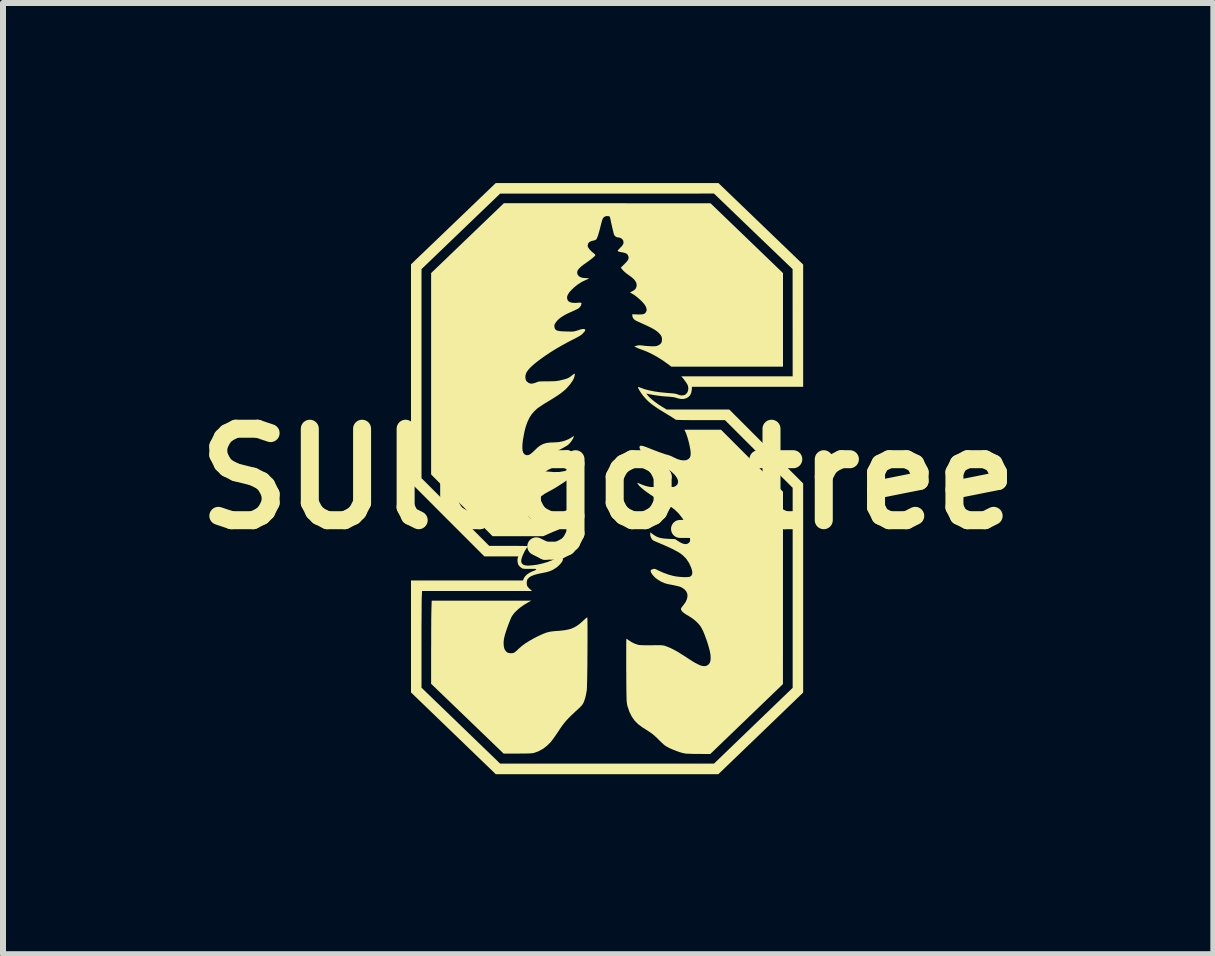
<source format=kicad_pcb>
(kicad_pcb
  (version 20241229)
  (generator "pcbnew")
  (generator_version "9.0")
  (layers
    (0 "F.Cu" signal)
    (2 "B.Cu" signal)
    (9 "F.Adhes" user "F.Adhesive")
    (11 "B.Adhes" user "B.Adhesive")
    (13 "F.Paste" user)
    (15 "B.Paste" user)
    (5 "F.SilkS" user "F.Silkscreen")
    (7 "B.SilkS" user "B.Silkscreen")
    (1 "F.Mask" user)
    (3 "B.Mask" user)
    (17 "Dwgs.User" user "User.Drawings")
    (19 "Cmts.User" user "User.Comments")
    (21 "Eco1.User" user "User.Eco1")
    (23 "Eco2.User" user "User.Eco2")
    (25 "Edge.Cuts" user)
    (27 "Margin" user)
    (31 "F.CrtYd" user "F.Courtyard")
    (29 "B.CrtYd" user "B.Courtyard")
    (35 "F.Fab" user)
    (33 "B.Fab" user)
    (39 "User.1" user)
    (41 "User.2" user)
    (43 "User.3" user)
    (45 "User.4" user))
  (footprint "SUlogo_tree"
    (layer "F.Cu")
    (at 7.083 4.928)
    (property "Reference" "SUlogo_tree" (at 0 0 0) (layer "F.SilkS") (effects (font (size 1.524 1.524) (thickness 0.3))))
    (attr board_only exclude_from_pos_files exclude_from_bom)
    (fp_poly (pts (xy -2.111 2.03) (xy -1.281 2.03) (xy -1.334 2.059) (xy -1.401 2.099) (xy -1.463 2.142) (xy -1.517 2.188) (xy -1.563 2.234) (xy -1.597 2.279) (xy -1.608 2.297) (xy -1.62 2.322) (xy -1.635 2.359) (xy -1.653 2.403) (xy -1.671 2.451) (xy -1.689 2.502) (xy -1.705 2.551) (xy -1.719 2.595) (xy -1.72 2.599) (xy -1.735 2.66) (xy -1.742 2.719) (xy -1.741 2.773) (xy -1.733 2.819) (xy -1.724 2.843) (xy -1.702 2.876) (xy -1.675 2.896) (xy -1.64 2.905) (xy -1.622 2.906) (xy -1.6 2.905) (xy -1.582 2.902) (xy -1.565 2.895) (xy -1.547 2.882) (xy -1.523 2.862) (xy -1.493 2.833) (xy -1.442 2.788) (xy -1.383 2.744) (xy -1.315 2.701) (xy -1.236 2.656) (xy -1.187 2.631) (xy -1.127 2.602) (xy -1.076 2.58) (xy -1.031 2.563) (xy -0.99 2.552) (xy -0.949 2.544) (xy -0.905 2.539) (xy -0.883 2.537) (xy -0.8 2.531) (xy -0.73 2.523) (xy -0.669 2.512) (xy -0.616 2.497) (xy -0.569 2.477) (xy -0.525 2.452) (xy -0.481 2.421) (xy -0.437 2.383) (xy -0.431 2.378) (xy -0.404 2.352) (xy -0.379 2.331) (xy -0.361 2.316) (xy -0.35 2.308) (xy -0.349 2.307) (xy -0.347 2.314) (xy -0.346 2.335) (xy -0.345 2.367) (xy -0.345 2.41) (xy -0.344 2.462) (xy -0.344 2.523) (xy -0.344 2.59) (xy -0.344 2.663) (xy -0.344 2.74) (xy -0.345 2.82) (xy -0.345 2.901) (xy -0.346 2.983) (xy -0.346 3.064) (xy -0.347 3.142) (xy -0.348 3.217) (xy -0.349 3.286) (xy -0.35 3.35) (xy -0.352 3.406) (xy -0.353 3.453) (xy -0.354 3.49) (xy -0.356 3.515) (xy -0.357 3.526) (xy -0.37 3.6) (xy -0.385 3.66) (xy -0.402 3.71) (xy -0.41 3.728) (xy -0.419 3.746) (xy -0.43 3.762) (xy -0.444 3.78) (xy -0.464 3.801) (xy -0.491 3.827) (xy -0.526 3.86) (xy -0.537 3.869) (xy -0.59 3.919) (xy -0.635 3.962) (xy -0.673 4.001) (xy -0.707 4.038) (xy -0.738 4.076) (xy -0.769 4.117) (xy -0.802 4.165) (xy -0.828 4.205) (xy -0.857 4.248) (xy -0.886 4.29) (xy -0.913 4.328) (xy -0.936 4.359) (xy -0.954 4.382) (xy -0.957 4.386) (xy -1.021 4.449) (xy -1.09 4.501) (xy -1.164 4.541) (xy -1.237 4.567) (xy -1.253 4.57) (xy -1.273 4.572) (xy -1.299 4.574) (xy -1.332 4.576) (xy -1.375 4.577) (xy -1.429 4.577) (xy -1.495 4.578) (xy -1.511 4.578) (xy -1.742 4.578) (xy -2.346 3.996) (xy -2.95 3.415) (xy -2.95 2.859) (xy -2.949 2.766) (xy -2.949 2.674) (xy -2.949 2.585) (xy -2.949 2.5) (xy -2.948 2.421) (xy -2.948 2.349) (xy -2.947 2.286) (xy -2.946 2.233) (xy -2.945 2.191) (xy -2.945 2.167) (xy -2.94 2.03)) (stroke (width 0) (type solid)) (fill yes) (layer "F.SilkS"))
    (fp_poly (pts (xy 2.543 -4.249) (xy 3.249 -3.57) (xy 3.249 -1.533) (xy 1.396 -1.533) (xy 1.393 -1.483) (xy 1.384 -1.434) (xy 1.365 -1.393) (xy 1.335 -1.362) (xy 1.297 -1.341) (xy 1.252 -1.33) (xy 1.201 -1.332) (xy 1.146 -1.345) (xy 1.145 -1.346) (xy 1.107 -1.357) (xy 1.066 -1.364) (xy 1.016 -1.368) (xy 1.011 -1.369) (xy 0.946 -1.373) (xy 0.877 -1.38) (xy 0.808 -1.389) (xy 0.745 -1.399) (xy 0.696 -1.408) (xy 0.636 -1.421) (xy 0.649 -1.402) (xy 0.679 -1.368) (xy 0.72 -1.329) (xy 0.771 -1.288) (xy 0.83 -1.245) (xy 0.896 -1.202) (xy 0.902 -1.198) (xy 0.976 -1.154) (xy 2.019 -1.154) (xy 2.634 -0.538) (xy 3.249 0.077) (xy 3.249 3.561) (xy 2.543 4.241) (xy 1.836 4.921) (xy -0.018 4.921) (xy -1.873 4.921) (xy -2.579 4.24) (xy -3.285 3.559) (xy -3.285 3.48) (xy -3.11 3.48) (xy -1.8 4.745) (xy -0.018 4.745) (xy 1.763 4.745) (xy 3.074 3.482) (xy 3.074 0.15) (xy 2.51 -0.414) (xy 1.946 -0.978) (xy 1.536 -0.978) (xy 1.447 -0.978) (xy 1.372 -0.978) (xy 1.309 -0.979) (xy 1.257 -0.979) (xy 1.216 -0.98) (xy 1.183 -0.981) (xy 1.159 -0.982) (xy 1.141 -0.983) (xy 1.129 -0.985) (xy 1.121 -0.987) (xy 1.117 -0.989) (xy 1.117 -0.989) (xy 1.108 -0.997) (xy 1.088 -1.01) (xy 1.061 -1.028) (xy 1.027 -1.049) (xy 0.99 -1.071) (xy 0.915 -1.117) (xy 0.85 -1.157) (xy 0.796 -1.193) (xy 0.749 -1.226) (xy 0.709 -1.256) (xy 0.674 -1.286) (xy 0.642 -1.317) (xy 0.612 -1.35) (xy 0.582 -1.385) (xy 0.576 -1.393) (xy 0.554 -1.422) (xy 0.534 -1.452) (xy 0.516 -1.481) (xy 0.504 -1.505) (xy 0.497 -1.522) (xy 0.498 -1.53) (xy 0.506 -1.529) (xy 0.523 -1.524) (xy 0.537 -1.519) (xy 0.601 -1.495) (xy 0.678 -1.475) (xy 0.764 -1.457) (xy 0.859 -1.443) (xy 0.96 -1.433) (xy 0.982 -1.431) (xy 1.034 -1.427) (xy 1.074 -1.424) (xy 1.105 -1.42) (xy 1.13 -1.415) (xy 1.151 -1.409) (xy 1.172 -1.401) (xy 1.179 -1.398) (xy 1.213 -1.39) (xy 1.25 -1.391) (xy 1.282 -1.401) (xy 1.291 -1.407) (xy 1.316 -1.433) (xy 1.331 -1.468) (xy 1.336 -1.507) (xy 1.33 -1.546) (xy 1.326 -1.559) (xy 1.315 -1.58) (xy 1.297 -1.608) (xy 1.275 -1.638) (xy 1.253 -1.668) (xy 1.235 -1.688) (xy 1.217 -1.708) (xy 3.074 -1.708) (xy 3.073 -3.494) (xy 2.418 -4.123) (xy 1.763 -4.753) (xy -0.018 -4.752) (xy -1.8 -4.752) (xy -2.455 -4.123) (xy -3.11 -3.494) (xy -3.11 -0.011) (xy -2.546 0.553) (xy -1.982 1.117) (xy -1.659 1.117) (xy -1.592 1.117) (xy -1.53 1.117) (xy -1.473 1.118) (xy -1.425 1.118) (xy -1.385 1.119) (xy -1.357 1.12) (xy -1.34 1.121) (xy -1.336 1.121) (xy -1.34 1.129) (xy -1.351 1.143) (xy -1.358 1.152) (xy -1.374 1.177) (xy -1.393 1.21) (xy -1.412 1.249) (xy -1.429 1.288) (xy -1.441 1.323) (xy -1.446 1.341) (xy -1.449 1.378) (xy -1.44 1.407) (xy -1.419 1.428) (xy -1.385 1.441) (xy -1.341 1.446) (xy -1.338 1.446) (xy -1.262 1.441) (xy -1.18 1.43) (xy -1.096 1.411) (xy -1.014 1.387) (xy -0.94 1.359) (xy -0.892 1.336) (xy -0.849 1.316) (xy -0.813 1.307) (xy -0.785 1.31) (xy -0.766 1.32) (xy -0.754 1.335) (xy -0.754 1.352) (xy -0.755 1.352) (xy -0.764 1.374) (xy -0.783 1.401) (xy -0.807 1.429) (xy -0.835 1.456) (xy -0.856 1.474) (xy -0.896 1.501) (xy -0.935 1.523) (xy -0.977 1.54) (xy -1.025 1.554) (xy -1.083 1.567) (xy -1.102 1.57) (xy -1.175 1.585) (xy -1.235 1.602) (xy -1.282 1.621) (xy -1.316 1.643) (xy -1.34 1.668) (xy -1.347 1.679) (xy -1.355 1.707) (xy -1.357 1.74) (xy -1.353 1.773) (xy -1.347 1.788) (xy -1.336 1.804) (xy -1.318 1.825) (xy -1.302 1.839) (xy -1.268 1.869) (xy -3.101 1.869) (xy -3.105 1.958) (xy -3.106 1.978) (xy -3.107 2.011) (xy -3.107 2.057) (xy -3.108 2.114) (xy -3.108 2.181) (xy -3.109 2.256) (xy -3.109 2.34) (xy -3.11 2.43) (xy -3.11 2.525) (xy -3.11 2.624) (xy -3.11 2.727) (xy -3.11 2.763) (xy -3.11 3.48) (xy -3.285 3.48) (xy -3.285 2.627) (xy -3.285 1.694) (xy -1.42 1.694) (xy -1.407 1.661) (xy -1.385 1.625) (xy -1.35 1.591) (xy -1.305 1.562) (xy -1.253 1.538) (xy -1.24 1.534) (xy -1.219 1.525) (xy -1.203 1.514) (xy -1.202 1.512) (xy -1.198 1.508) (xy -1.199 1.504) (xy -1.205 1.502) (xy -1.219 1.5) (xy -1.243 1.5) (xy -1.279 1.5) (xy -1.306 1.5) (xy -1.349 1.5) (xy -1.381 1.5) (xy -1.403 1.498) (xy -1.419 1.496) (xy -1.431 1.492) (xy -1.442 1.486) (xy -1.451 1.48) (xy -1.473 1.462) (xy -1.492 1.439) (xy -1.497 1.431) (xy -1.507 1.4) (xy -1.511 1.362) (xy -1.509 1.327) (xy -1.504 1.311) (xy -1.497 1.292) (xy -2.063 1.292) (xy -2.674 0.681) (xy -3.285 0.069) (xy -3.285 -1.752) (xy -3.285 -3.574) (xy -1.873 -4.928) (xy 1.837 -4.928)) (stroke (width 0) (type solid)) (fill yes) (layer "F.SilkS"))
    (fp_poly (pts (xy 2.397 -0.301) (xy 2.913 0.215) (xy 2.912 3.42) (xy 2.306 4.003) (xy 1.701 4.585) (xy 1.513 4.584) (xy 1.459 4.584) (xy 1.408 4.583) (xy 1.362 4.581) (xy 1.324 4.58) (xy 1.296 4.578) (xy 1.283 4.577) (xy 1.242 4.568) (xy 1.192 4.554) (xy 1.137 4.535) (xy 1.082 4.513) (xy 1.029 4.49) (xy 1.012 4.481) (xy 0.984 4.466) (xy 0.96 4.453) (xy 0.939 4.438) (xy 0.917 4.419) (xy 0.891 4.395) (xy 0.859 4.364) (xy 0.847 4.352) (xy 0.811 4.316) (xy 0.779 4.286) (xy 0.747 4.259) (xy 0.713 4.233) (xy 0.674 4.207) (xy 0.628 4.177) (xy 0.574 4.143) (xy 0.504 4.092) (xy 0.443 4.032) (xy 0.393 3.961) (xy 0.353 3.88) (xy 0.322 3.789) (xy 0.316 3.764) (xy 0.314 3.752) (xy 0.312 3.739) (xy 0.31 3.722) (xy 0.308 3.701) (xy 0.307 3.674) (xy 0.306 3.641) (xy 0.305 3.601) (xy 0.304 3.552) (xy 0.303 3.493) (xy 0.303 3.424) (xy 0.302 3.342) (xy 0.302 3.248) (xy 0.301 3.189) (xy 0.301 3.103) (xy 0.301 3.021) (xy 0.301 2.945) (xy 0.301 2.876) (xy 0.301 2.814) (xy 0.301 2.762) (xy 0.302 2.719) (xy 0.302 2.688) (xy 0.303 2.67) (xy 0.303 2.665) (xy 0.312 2.669) (xy 0.327 2.679) (xy 0.343 2.69) (xy 0.392 2.722) (xy 0.444 2.747) (xy 0.495 2.764) (xy 0.506 2.767) (xy 0.532 2.77) (xy 0.573 2.772) (xy 0.628 2.773) (xy 0.698 2.773) (xy 0.728 2.773) (xy 0.785 2.772) (xy 0.829 2.772) (xy 0.862 2.772) (xy 0.888 2.773) (xy 0.908 2.775) (xy 0.925 2.778) (xy 0.94 2.781) (xy 0.956 2.787) (xy 0.96 2.788) (xy 1.002 2.804) (xy 1.045 2.822) (xy 1.09 2.845) (xy 1.14 2.872) (xy 1.196 2.906) (xy 1.26 2.946) (xy 1.332 2.993) (xy 1.398 3.036) (xy 1.454 3.069) (xy 1.501 3.093) (xy 1.541 3.11) (xy 1.575 3.119) (xy 1.605 3.121) (xy 1.631 3.117) (xy 1.644 3.112) (xy 1.672 3.094) (xy 1.692 3.067) (xy 1.704 3.032) (xy 1.708 2.987) (xy 1.705 2.932) (xy 1.693 2.867) (xy 1.673 2.792) (xy 1.646 2.705) (xy 1.611 2.609) (xy 1.587 2.548) (xy 1.563 2.499) (xy 1.539 2.458) (xy 1.511 2.422) (xy 1.479 2.389) (xy 1.474 2.384) (xy 1.44 2.354) (xy 1.405 2.327) (xy 1.366 2.301) (xy 1.319 2.272) (xy 1.303 2.263) (xy 1.262 2.236) (xy 1.232 2.209) (xy 1.216 2.183) (xy 1.212 2.167) (xy 1.217 2.154) (xy 1.229 2.135) (xy 1.245 2.115) (xy 1.284 2.063) (xy 1.309 2.014) (xy 1.321 1.966) (xy 1.32 1.922) (xy 1.305 1.882) (xy 1.277 1.846) (xy 1.236 1.817) (xy 1.212 1.804) (xy 1.197 1.798) (xy 1.179 1.793) (xy 1.156 1.787) (xy 1.127 1.78) (xy 1.088 1.772) (xy 1.038 1.762) (xy 1.004 1.756) (xy 0.944 1.74) (xy 0.885 1.715) (xy 0.83 1.682) (xy 0.781 1.645) (xy 0.742 1.603) (xy 0.717 1.566) (xy 0.708 1.541) (xy 0.71 1.523) (xy 0.725 1.511) (xy 0.746 1.504) (xy 0.76 1.5) (xy 0.773 1.5) (xy 0.787 1.504) (xy 0.807 1.512) (xy 0.835 1.527) (xy 0.84 1.529) (xy 0.913 1.562) (xy 0.993 1.592) (xy 1.074 1.615) (xy 1.124 1.625) (xy 1.167 1.631) (xy 1.212 1.635) (xy 1.256 1.638) (xy 1.297 1.638) (xy 1.332 1.636) (xy 1.357 1.633) (xy 1.366 1.629) (xy 1.388 1.612) (xy 1.4 1.587) (xy 1.402 1.553) (xy 1.393 1.511) (xy 1.38 1.473) (xy 1.344 1.396) (xy 1.298 1.329) (xy 1.242 1.273) (xy 1.19 1.234) (xy 1.154 1.213) (xy 1.108 1.188) (xy 1.054 1.161) (xy 0.994 1.133) (xy 0.932 1.105) (xy 0.871 1.079) (xy 0.862 1.075) (xy 0.826 1.06) (xy 0.793 1.046) (xy 0.767 1.035) (xy 0.751 1.027) (xy 0.748 1.025) (xy 0.728 1.005) (xy 0.712 0.975) (xy 0.702 0.942) (xy 0.701 0.924) (xy 0.701 0.891) (xy 0.735 0.917) (xy 0.772 0.943) (xy 0.807 0.963) (xy 0.844 0.978) (xy 0.884 0.988) (xy 0.932 0.995) (xy 0.991 0.999) (xy 1.002 1) (xy 1.117 1.005) (xy 1.155 1.031) (xy 1.207 1.063) (xy 1.251 1.082) (xy 1.29 1.088) (xy 1.321 1.082) (xy 1.345 1.066) (xy 1.356 1.054) (xy 1.362 1.043) (xy 1.365 1.029) (xy 1.365 1.008) (xy 1.363 0.987) (xy 1.355 0.929) (xy 1.337 0.865) (xy 1.309 0.793) (xy 1.285 0.741) (xy 1.236 0.656) (xy 1.177 0.58) (xy 1.108 0.513) (xy 1.028 0.454) (xy 0.954 0.412) (xy 0.891 0.378) (xy 0.827 0.341) (xy 0.763 0.302) (xy 0.703 0.263) (xy 0.647 0.224) (xy 0.598 0.187) (xy 0.557 0.153) (xy 0.525 0.124) (xy 0.51 0.106) (xy 0.496 0.087) (xy 0.487 0.073) (xy 0.485 0.067) (xy 0.493 0.069) (xy 0.51 0.075) (xy 0.535 0.085) (xy 0.548 0.091) (xy 0.624 0.119) (xy 0.695 0.135) (xy 0.766 0.138) (xy 0.838 0.13) (xy 0.851 0.128) (xy 0.915 0.118) (xy 0.971 0.119) (xy 1.008 0.128) (xy 1.05 0.137) (xy 1.09 0.135) (xy 1.123 0.122) (xy 1.149 0.098) (xy 1.156 0.087) (xy 1.165 0.054) (xy 1.161 0.018) (xy 1.142 -0.022) (xy 1.111 -0.064) (xy 1.066 -0.108) (xy 1.009 -0.154) (xy 0.976 -0.177) (xy 0.957 -0.189) (xy 0.927 -0.205) (xy 0.889 -0.226) (xy 0.846 -0.248) (xy 0.801 -0.27) (xy 0.792 -0.274) (xy 0.743 -0.299) (xy 0.704 -0.318) (xy 0.675 -0.334) (xy 0.652 -0.348) (xy 0.633 -0.362) (xy 0.617 -0.376) (xy 0.608 -0.385) (xy 0.582 -0.413) (xy 0.559 -0.444) (xy 0.54 -0.475) (xy 0.527 -0.503) (xy 0.521 -0.525) (xy 0.523 -0.538) (xy 0.53 -0.547) (xy 0.542 -0.551) (xy 0.558 -0.551) (xy 0.582 -0.546) (xy 0.614 -0.536) (xy 0.657 -0.52) (xy 0.694 -0.505) (xy 0.773 -0.474) (xy 0.839 -0.449) (xy 0.895 -0.429) (xy 0.942 -0.413) (xy 0.982 -0.401) (xy 0.995 -0.398) (xy 1.025 -0.388) (xy 1.06 -0.374) (xy 1.091 -0.358) (xy 1.151 -0.33) (xy 1.206 -0.313) (xy 1.256 -0.307) (xy 1.299 -0.311) (xy 1.319 -0.319) (xy 1.346 -0.336) (xy 1.363 -0.359) (xy 1.373 -0.39) (xy 1.375 -0.431) (xy 1.37 -0.482) (xy 1.369 -0.487) (xy 1.358 -0.545) (xy 1.345 -0.606) (xy 1.329 -0.664) (xy 1.313 -0.716) (xy 1.298 -0.759) (xy 1.293 -0.769) (xy 1.271 -0.818) (xy 1.88 -0.818)) (stroke (width 0) (type solid)) (fill yes) (layer "F.SilkS"))
    (fp_poly (pts (xy -0.017 -4.592) (xy 1.705 -4.591) (xy 2.309 -4.01) (xy 2.913 -3.428) (xy 2.913 -1.869) (xy 1.052 -1.869) (xy 0.991 -1.915) (xy 0.918 -1.967) (xy 0.84 -2.017) (xy 0.762 -2.062) (xy 0.685 -2.101) (xy 0.614 -2.132) (xy 0.587 -2.142) (xy 0.551 -2.155) (xy 0.515 -2.169) (xy 0.486 -2.181) (xy 0.474 -2.187) (xy 0.434 -2.207) (xy 0.475 -2.218) (xy 0.496 -2.223) (xy 0.516 -2.225) (xy 0.539 -2.224) (xy 0.571 -2.221) (xy 0.588 -2.219) (xy 0.63 -2.214) (xy 0.679 -2.211) (xy 0.723 -2.209) (xy 0.734 -2.209) (xy 0.77 -2.209) (xy 0.796 -2.211) (xy 0.816 -2.216) (xy 0.833 -2.223) (xy 0.836 -2.224) (xy 0.866 -2.243) (xy 0.884 -2.263) (xy 0.894 -2.289) (xy 0.896 -2.31) (xy 0.896 -2.343) (xy 0.888 -2.373) (xy 0.87 -2.402) (xy 0.841 -2.433) (xy 0.831 -2.442) (xy 0.808 -2.461) (xy 0.783 -2.479) (xy 0.752 -2.498) (xy 0.715 -2.518) (xy 0.67 -2.54) (xy 0.614 -2.566) (xy 0.568 -2.587) (xy 0.53 -2.604) (xy 0.496 -2.62) (xy 0.468 -2.633) (xy 0.45 -2.643) (xy 0.444 -2.646) (xy 0.422 -2.668) (xy 0.407 -2.695) (xy 0.402 -2.72) (xy 0.402 -2.742) (xy 0.488 -2.739) (xy 0.535 -2.739) (xy 0.57 -2.741) (xy 0.595 -2.747) (xy 0.613 -2.757) (xy 0.626 -2.772) (xy 0.631 -2.781) (xy 0.64 -2.804) (xy 0.641 -2.827) (xy 0.633 -2.855) (xy 0.625 -2.874) (xy 0.607 -2.903) (xy 0.58 -2.936) (xy 0.545 -2.972) (xy 0.505 -3.008) (xy 0.464 -3.042) (xy 0.423 -3.071) (xy 0.387 -3.092) (xy 0.362 -3.105) (xy 0.404 -3.126) (xy 0.44 -3.149) (xy 0.462 -3.175) (xy 0.473 -3.207) (xy 0.475 -3.227) (xy 0.47 -3.26) (xy 0.455 -3.292) (xy 0.429 -3.325) (xy 0.391 -3.359) (xy 0.34 -3.396) (xy 0.337 -3.398) (xy 0.303 -3.423) (xy 0.27 -3.451) (xy 0.243 -3.478) (xy 0.226 -3.498) (xy 0.211 -3.519) (xy 0.269 -3.576) (xy 0.303 -3.611) (xy 0.326 -3.64) (xy 0.338 -3.665) (xy 0.341 -3.689) (xy 0.335 -3.714) (xy 0.333 -3.718) (xy 0.32 -3.74) (xy 0.298 -3.756) (xy 0.267 -3.767) (xy 0.231 -3.774) (xy 0.204 -3.779) (xy 0.18 -3.785) (xy 0.168 -3.789) (xy 0.16 -3.794) (xy 0.158 -3.799) (xy 0.163 -3.808) (xy 0.175 -3.822) (xy 0.195 -3.843) (xy 0.222 -3.871) (xy 0.24 -3.893) (xy 0.25 -3.911) (xy 0.255 -3.929) (xy 0.256 -3.944) (xy 0.249 -3.974) (xy 0.23 -3.998) (xy 0.202 -4.015) (xy 0.166 -4.023) (xy 0.158 -4.023) (xy 0.132 -4.03) (xy 0.11 -4.049) (xy 0.096 -4.074) (xy 0.092 -4.088) (xy 0.086 -4.113) (xy 0.078 -4.146) (xy 0.068 -4.186) (xy 0.059 -4.228) (xy 0.049 -4.27) (xy 0.041 -4.309) (xy 0.037 -4.331) (xy 0.031 -4.355) (xy 0.026 -4.368) (xy 0.017 -4.374) (xy 0.005 -4.377) (xy -0.031 -4.378) (xy -0.061 -4.367) (xy -0.084 -4.347) (xy -0.085 -4.346) (xy -0.092 -4.33) (xy -0.102 -4.304) (xy -0.111 -4.27) (xy -0.12 -4.237) (xy -0.135 -4.176) (xy -0.15 -4.12) (xy -0.164 -4.072) (xy -0.177 -4.033) (xy -0.189 -4.005) (xy -0.197 -3.992) (xy -0.211 -3.98) (xy -0.232 -3.972) (xy -0.25 -3.969) (xy -0.288 -3.959) (xy -0.318 -3.941) (xy -0.336 -3.916) (xy -0.341 -3.886) (xy -0.34 -3.872) (xy -0.33 -3.85) (xy -0.309 -3.822) (xy -0.28 -3.791) (xy -0.242 -3.759) (xy -0.238 -3.756) (xy -0.221 -3.741) (xy -0.214 -3.73) (xy -0.216 -3.722) (xy -0.228 -3.708) (xy -0.249 -3.688) (xy -0.279 -3.664) (xy -0.314 -3.637) (xy -0.352 -3.61) (xy -0.369 -3.598) (xy -0.417 -3.564) (xy -0.457 -3.531) (xy -0.487 -3.501) (xy -0.507 -3.476) (xy -0.511 -3.467) (xy -0.517 -3.436) (xy -0.51 -3.405) (xy -0.491 -3.38) (xy -0.489 -3.377) (xy -0.459 -3.359) (xy -0.421 -3.348) (xy -0.372 -3.344) (xy -0.367 -3.344) (xy -0.343 -3.343) (xy -0.327 -3.341) (xy -0.321 -3.338) (xy -0.328 -3.333) (xy -0.345 -3.325) (xy -0.369 -3.314) (xy -0.384 -3.308) (xy -0.444 -3.279) (xy -0.506 -3.239) (xy -0.567 -3.19) (xy -0.609 -3.15) (xy -0.647 -3.108) (xy -0.672 -3.069) (xy -0.684 -3.035) (xy -0.684 -3.007) (xy -0.676 -2.977) (xy -0.658 -2.956) (xy -0.631 -2.941) (xy -0.593 -2.933) (xy -0.543 -2.931) (xy -0.512 -2.933) (xy -0.481 -2.935) (xy -0.461 -2.935) (xy -0.451 -2.933) (xy -0.446 -2.929) (xy -0.445 -2.922) (xy -0.445 -2.921) (xy -0.452 -2.891) (xy -0.47 -2.862) (xy -0.496 -2.839) (xy -0.499 -2.837) (xy -0.517 -2.827) (xy -0.545 -2.814) (xy -0.579 -2.798) (xy -0.616 -2.781) (xy -0.622 -2.779) (xy -0.693 -2.746) (xy -0.752 -2.713) (xy -0.8 -2.681) (xy -0.839 -2.647) (xy -0.87 -2.61) (xy -0.876 -2.601) (xy -0.89 -2.578) (xy -0.896 -2.559) (xy -0.896 -2.539) (xy -0.896 -2.535) (xy -0.892 -2.512) (xy -0.883 -2.494) (xy -0.87 -2.48) (xy -0.849 -2.47) (xy -0.819 -2.463) (xy -0.779 -2.458) (xy -0.726 -2.456) (xy -0.697 -2.455) (xy -0.651 -2.454) (xy -0.617 -2.453) (xy -0.592 -2.454) (xy -0.571 -2.456) (xy -0.553 -2.46) (xy -0.533 -2.465) (xy -0.509 -2.473) (xy -0.506 -2.474) (xy -0.465 -2.487) (xy -0.435 -2.495) (xy -0.412 -2.497) (xy -0.394 -2.494) (xy -0.391 -2.492) (xy -0.382 -2.485) (xy -0.382 -2.473) (xy -0.393 -2.455) (xy -0.415 -2.43) (xy -0.417 -2.427) (xy -0.432 -2.413) (xy -0.448 -2.399) (xy -0.468 -2.385) (xy -0.494 -2.37) (xy -0.528 -2.351) (xy -0.572 -2.328) (xy -0.591 -2.319) (xy -0.691 -2.267) (xy -0.788 -2.213) (xy -0.881 -2.159) (xy -0.969 -2.104) (xy -1.051 -2.049) (xy -1.126 -1.996) (xy -1.193 -1.945) (xy -1.251 -1.897) (xy -1.299 -1.852) (xy -1.335 -1.811) (xy -1.36 -1.775) (xy -1.362 -1.77) (xy -1.376 -1.731) (xy -1.38 -1.693) (xy -1.375 -1.657) (xy -1.362 -1.629) (xy -1.358 -1.624) (xy -1.328 -1.599) (xy -1.295 -1.587) (xy -1.259 -1.587) (xy -1.216 -1.599) (xy -1.203 -1.604) (xy -1.187 -1.611) (xy -1.172 -1.616) (xy -1.157 -1.62) (xy -1.139 -1.622) (xy -1.115 -1.623) (xy -1.082 -1.624) (xy -1.039 -1.624) (xy -1.011 -1.624) (xy -0.959 -1.625) (xy -0.919 -1.626) (xy -0.886 -1.627) (xy -0.859 -1.63) (xy -0.832 -1.634) (xy -0.805 -1.639) (xy -0.778 -1.646) (xy -0.731 -1.657) (xy -0.695 -1.668) (xy -0.666 -1.68) (xy -0.642 -1.694) (xy -0.617 -1.711) (xy -0.603 -1.723) (xy -0.584 -1.738) (xy -0.568 -1.749) (xy -0.56 -1.752) (xy -0.556 -1.746) (xy -0.557 -1.73) (xy -0.561 -1.707) (xy -0.57 -1.681) (xy -0.581 -1.655) (xy -0.581 -1.654) (xy -0.595 -1.631) (xy -0.615 -1.602) (xy -0.636 -1.573) (xy -0.64 -1.568) (xy -0.669 -1.535) (xy -0.697 -1.504) (xy -0.728 -1.475) (xy -0.762 -1.447) (xy -0.801 -1.417) (xy -0.848 -1.385) (xy -0.902 -1.35) (xy -0.967 -1.31) (xy -1.013 -1.282) (xy -1.055 -1.257) (xy -1.095 -1.231) (xy -1.131 -1.207) (xy -1.161 -1.187) (xy -1.178 -1.175) (xy -1.229 -1.128) (xy -1.274 -1.076) (xy -1.313 -1.016) (xy -1.345 -0.948) (xy -1.373 -0.87) (xy -1.396 -0.78) (xy -1.415 -0.678) (xy -1.42 -0.649) (xy -1.428 -0.577) (xy -1.43 -0.519) (xy -1.426 -0.472) (xy -1.416 -0.438) (xy -1.399 -0.414) (xy -1.387 -0.405) (xy -1.362 -0.395) (xy -1.339 -0.394) (xy -1.315 -0.401) (xy -1.288 -0.418) (xy -1.256 -0.445) (xy -1.223 -0.477) (xy -1.174 -0.524) (xy -1.126 -0.559) (xy -1.077 -0.583) (xy -1.024 -0.598) (xy -0.962 -0.605) (xy -0.919 -0.606) (xy -0.824 -0.612) (xy -0.738 -0.63) (xy -0.66 -0.66) (xy -0.602 -0.694) (xy -0.583 -0.707) (xy -0.573 -0.712) (xy -0.571 -0.709) (xy -0.573 -0.7) (xy -0.573 -0.7) (xy -0.586 -0.67) (xy -0.607 -0.636) (xy -0.632 -0.602) (xy -0.659 -0.574) (xy -0.661 -0.572) (xy -0.684 -0.554) (xy -0.72 -0.533) (xy -0.768 -0.506) (xy -0.829 -0.475) (xy -0.847 -0.466) (xy -0.896 -0.442) (xy -0.934 -0.423) (xy -0.964 -0.407) (xy -0.987 -0.393) (xy -1.006 -0.379) (xy -1.023 -0.365) (xy -1.041 -0.349) (xy -1.052 -0.338) (xy -1.091 -0.297) (xy -1.118 -0.26) (xy -1.132 -0.228) (xy -1.135 -0.197) (xy -1.132 -0.181) (xy -1.127 -0.166) (xy -1.121 -0.154) (xy -1.112 -0.145) (xy -1.098 -0.137) (xy -1.078 -0.131) (xy -1.05 -0.126) (xy -1.013 -0.122) (xy -0.965 -0.118) (xy -0.904 -0.113) (xy -0.898 -0.113) (xy -0.814 -0.114) (xy -0.73 -0.128) (xy -0.647 -0.156) (xy -0.568 -0.197) (xy -0.555 -0.205) (xy -0.533 -0.219) (xy -0.515 -0.229) (xy -0.506 -0.234) (xy -0.506 -0.234) (xy -0.504 -0.227) (xy -0.505 -0.21) (xy -0.506 -0.197) (xy -0.518 -0.152) (xy -0.545 -0.104) (xy -0.572 -0.069) (xy -0.593 -0.048) (xy -0.625 -0.022) (xy -0.666 0.009) (xy -0.713 0.042) (xy -0.766 0.078) (xy -0.821 0.113) (xy -0.877 0.148) (xy -0.932 0.18) (xy -0.984 0.208) (xy -0.99 0.211) (xy -1.061 0.251) (xy -1.123 0.295) (xy -1.18 0.345) (xy -1.212 0.377) (xy -1.252 0.424) (xy -1.285 0.471) (xy -1.308 0.516) (xy -1.323 0.558) (xy -1.329 0.596) (xy -1.324 0.627) (xy -1.313 0.645) (xy -1.29 0.663) (xy -1.261 0.67) (xy -1.225 0.666) (xy -1.186 0.652) (xy -1.159 0.642) (xy -1.136 0.636) (xy -1.11 0.633) (xy -1.078 0.632) (xy -1.066 0.632) (xy -1.023 0.634) (xy -0.974 0.639) (xy -0.926 0.647) (xy -0.918 0.649) (xy -0.879 0.655) (xy -0.84 0.661) (xy -0.805 0.664) (xy -0.789 0.664) (xy -0.74 0.664) (xy -0.743 0.703) (xy -0.748 0.745) (xy -0.756 0.778) (xy -0.771 0.803) (xy -0.792 0.825) (xy -0.823 0.844) (xy -0.866 0.863) (xy -0.881 0.869) (xy -0.921 0.885) (xy -0.963 0.903) (xy -1.002 0.92) (xy -1.021 0.929) (xy -1.082 0.956) (xy -1.926 0.956) (xy -2.438 0.442) (xy -2.95 -0.073) (xy -2.95 -3.428) (xy -1.738 -4.592)) (stroke (width 0) (type solid)) (fill yes) (layer "F.SilkS")))
  (gr_rect
    (start -3 -3)
    (end 17.166 12.849)
    (stroke (width 0.1) (type default))
    (fill no)
    (layer "Edge.Cuts")))
</source>
